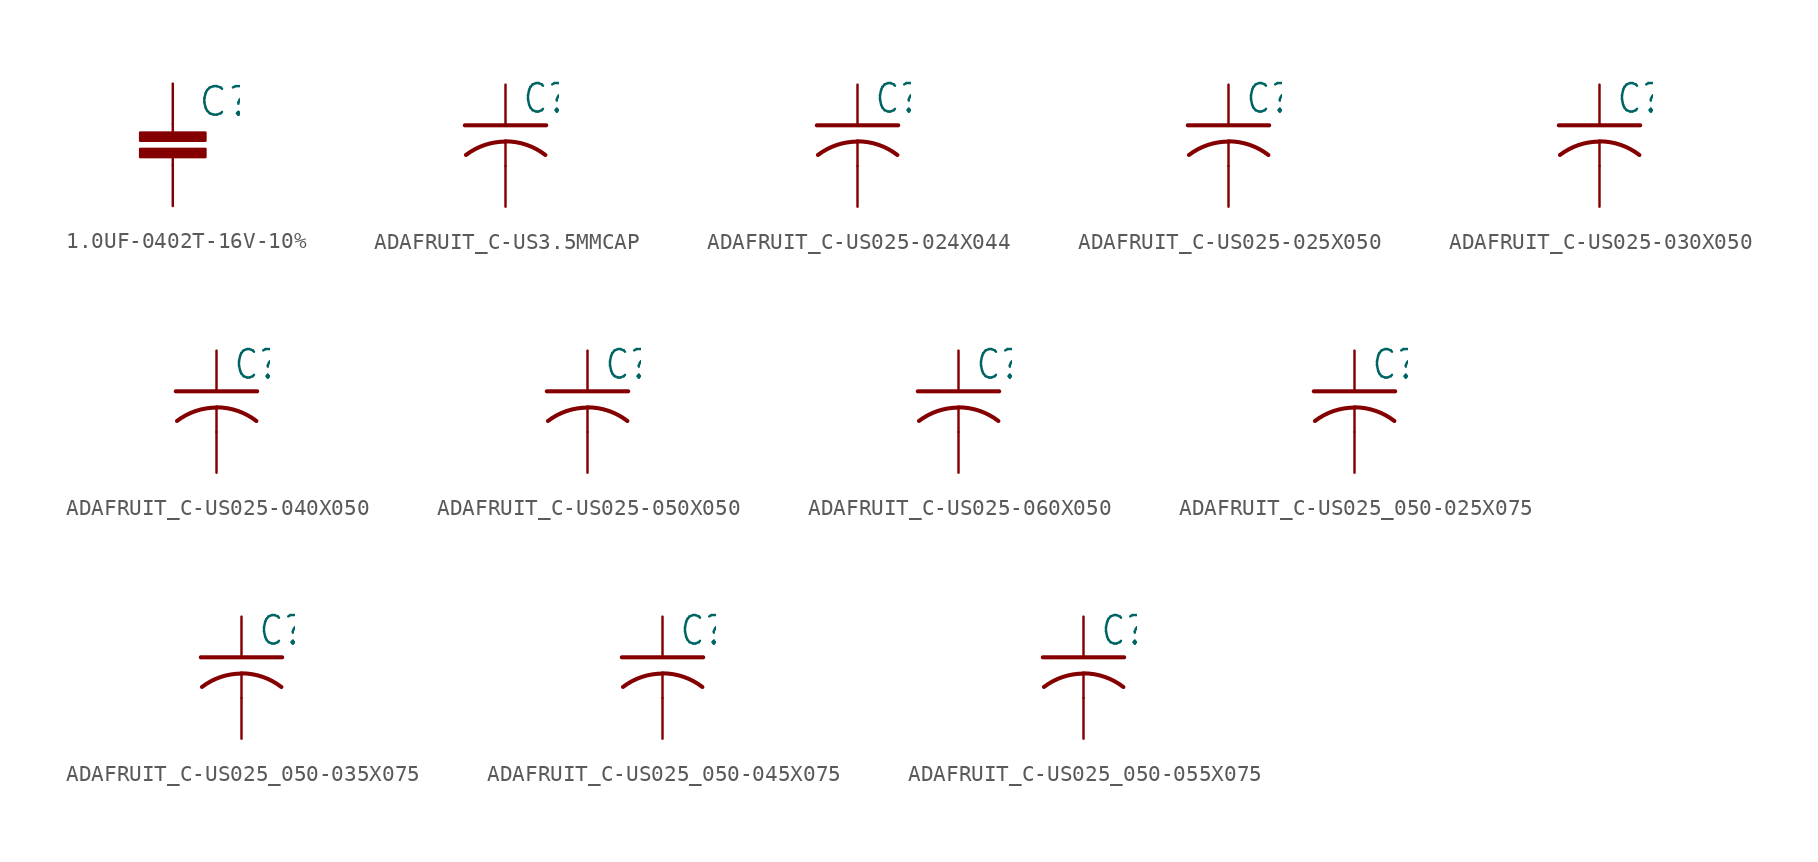
<source format=kicad_sym>
(kicad_symbol_lib
  (version 20231120)
  (generator "kicad_symbol_editor")
  (generator_version "8.0")
  (symbol "1.0UF-0402T-16V-10%"
    (property "Reference" "C"
      (at 1.524 2.921 0)
      (effects (font (size 1.778 1.778)) (justify left bottom)))
    (property "Value" ""
      (at 1.524 -2.159 0)
      (effects (font (size 1.778 1.778)) (justify left bottom)))
    (property "ki_locked" ""
      (at 0 0 0)
      (effects (font (size 1.27 1.27))))
    (symbol "1.0UF-0402T-16V-10%_1_0"
      (rectangle (start -2.032 0.508) (end 2.032 1.016) (stroke (width 0) (type default)) (fill (type outline)))
      (rectangle (start -2.032 1.524) (end 2.032 2.032) (stroke (width 0) (type default)) (fill (type outline)))
      (polyline (pts (xy 0 0) (xy 0 0.508)) (stroke (width 0.152) (type solid)) (fill (type none)))
      (polyline (pts (xy 0 2.54) (xy 0 2.032)) (stroke (width 0.152) (type solid)) (fill (type none)))
      (pin passive line (at 0 5.08 270) (length 2.54) (name "1" (effects (font (size 0 0)))) (number "1" (effects (font (size 0 0)))))
      (pin passive line (at 0 -2.54 90) (length 2.54) (name "2" (effects (font (size 0 0)))) (number "2" (effects (font (size 0 0)))))))
  (symbol "ADAFRUIT_C-US3.5MMCAP"
    (property "Reference" "C"
      (at 1.016 0.635 0)
      (effects (font (size 1.778 1.511)) (justify left bottom)))
    (property "Value" ""
      (at 1.016 -4.191 0)
      (effects (font (size 1.778 1.511)) (justify left bottom)))
    (property "ki_locked" ""
      (at 0 0 0)
      (effects (font (size 1.27 1.27))))
    (symbol "ADAFRUIT_C-US3.5MMCAP_1_0"
      (arc (start 0 -1.0161) (mid -1.302 -1.2303) (end -2.4668 -1.8504) (stroke (width 0.254) (type solid)) (fill (type none)))
      (polyline (pts (xy -2.54 0) (xy 2.54 0)) (stroke (width 0.254) (type solid)) (fill (type none)))
      (polyline (pts (xy 0 -1.016) (xy 0 -2.54)) (stroke (width 0.152) (type solid)) (fill (type none)))
      (polyline (pts (xy 0 -1.016) (xy 0 -1.016)) (stroke (width 0.152) (type solid)) (fill (type none)))
      (arc (start 2.4892 -1.8541) (mid 1.3158 -1.2194) (end 0 -1) (stroke (width 0.254) (type solid)) (fill (type none)))
      (pin passive line (at 0 2.54 270) (length 2.54) (name "1" (effects (font (size 0 0)))) (number "1" (effects (font (size 0 0)))))
      (pin passive line (at 0 -5.08 90) (length 2.54) (name "2" (effects (font (size 0 0)))) (number "2" (effects (font (size 0 0)))))))
  (symbol "ADAFRUIT_C-US025-024X044"
    (property "Reference" "C"
      (at 1.016 0.635 0)
      (effects (font (size 1.778 1.511)) (justify left bottom)))
    (property "Value" ""
      (at 1.016 -4.191 0)
      (effects (font (size 1.778 1.511)) (justify left bottom)))
    (property "ki_locked" ""
      (at 0 0 0)
      (effects (font (size 1.27 1.27))))
    (symbol "ADAFRUIT_C-US025-024X044_1_0"
      (arc (start 0 -1.0161) (mid -1.302 -1.2303) (end -2.4668 -1.8504) (stroke (width 0.254) (type solid)) (fill (type none)))
      (polyline (pts (xy -2.54 0) (xy 2.54 0)) (stroke (width 0.254) (type solid)) (fill (type none)))
      (polyline (pts (xy 0 -1.016) (xy 0 -2.54)) (stroke (width 0.152) (type solid)) (fill (type none)))
      (polyline (pts (xy 0 -1.016) (xy 0 -1.016)) (stroke (width 0.152) (type solid)) (fill (type none)))
      (arc (start 2.4892 -1.8541) (mid 1.3158 -1.2194) (end 0 -1) (stroke (width 0.254) (type solid)) (fill (type none)))
      (pin passive line (at 0 2.54 270) (length 2.54) (name "1" (effects (font (size 0 0)))) (number "1" (effects (font (size 0 0)))))
      (pin passive line (at 0 -5.08 90) (length 2.54) (name "2" (effects (font (size 0 0)))) (number "2" (effects (font (size 0 0)))))))
  (symbol "ADAFRUIT_C-US025-025X050"
    (property "Reference" "C"
      (at 1.016 0.635 0)
      (effects (font (size 1.778 1.511)) (justify left bottom)))
    (property "Value" ""
      (at 1.016 -4.191 0)
      (effects (font (size 1.778 1.511)) (justify left bottom)))
    (property "ki_locked" ""
      (at 0 0 0)
      (effects (font (size 1.27 1.27))))
    (symbol "ADAFRUIT_C-US025-025X050_1_0"
      (arc (start 0 -1.0161) (mid -1.302 -1.2303) (end -2.4668 -1.8504) (stroke (width 0.254) (type solid)) (fill (type none)))
      (polyline (pts (xy -2.54 0) (xy 2.54 0)) (stroke (width 0.254) (type solid)) (fill (type none)))
      (polyline (pts (xy 0 -1.016) (xy 0 -2.54)) (stroke (width 0.152) (type solid)) (fill (type none)))
      (polyline (pts (xy 0 -1.016) (xy 0 -1.016)) (stroke (width 0.152) (type solid)) (fill (type none)))
      (arc (start 2.4892 -1.8541) (mid 1.3158 -1.2194) (end 0 -1) (stroke (width 0.254) (type solid)) (fill (type none)))
      (pin passive line (at 0 2.54 270) (length 2.54) (name "1" (effects (font (size 0 0)))) (number "1" (effects (font (size 0 0)))))
      (pin passive line (at 0 -5.08 90) (length 2.54) (name "2" (effects (font (size 0 0)))) (number "2" (effects (font (size 0 0)))))))
  (symbol "ADAFRUIT_C-US025-030X050"
    (property "Reference" "C"
      (at 1.016 0.635 0)
      (effects (font (size 1.778 1.511)) (justify left bottom)))
    (property "Value" ""
      (at 1.016 -4.191 0)
      (effects (font (size 1.778 1.511)) (justify left bottom)))
    (property "ki_locked" ""
      (at 0 0 0)
      (effects (font (size 1.27 1.27))))
    (symbol "ADAFRUIT_C-US025-030X050_1_0"
      (arc (start 0 -1.0161) (mid -1.302 -1.2303) (end -2.4668 -1.8504) (stroke (width 0.254) (type solid)) (fill (type none)))
      (polyline (pts (xy -2.54 0) (xy 2.54 0)) (stroke (width 0.254) (type solid)) (fill (type none)))
      (polyline (pts (xy 0 -1.016) (xy 0 -2.54)) (stroke (width 0.152) (type solid)) (fill (type none)))
      (polyline (pts (xy 0 -1.016) (xy 0 -1.016)) (stroke (width 0.152) (type solid)) (fill (type none)))
      (arc (start 2.4892 -1.8541) (mid 1.3158 -1.2194) (end 0 -1) (stroke (width 0.254) (type solid)) (fill (type none)))
      (pin passive line (at 0 2.54 270) (length 2.54) (name "1" (effects (font (size 0 0)))) (number "1" (effects (font (size 0 0)))))
      (pin passive line (at 0 -5.08 90) (length 2.54) (name "2" (effects (font (size 0 0)))) (number "2" (effects (font (size 0 0)))))))
  (symbol "ADAFRUIT_C-US025-040X050"
    (property "Reference" "C"
      (at 1.016 0.635 0)
      (effects (font (size 1.778 1.511)) (justify left bottom)))
    (property "Value" ""
      (at 1.016 -4.191 0)
      (effects (font (size 1.778 1.511)) (justify left bottom)))
    (property "ki_locked" ""
      (at 0 0 0)
      (effects (font (size 1.27 1.27))))
    (symbol "ADAFRUIT_C-US025-040X050_1_0"
      (arc (start 0 -1.0161) (mid -1.302 -1.2303) (end -2.4668 -1.8504) (stroke (width 0.254) (type solid)) (fill (type none)))
      (polyline (pts (xy -2.54 0) (xy 2.54 0)) (stroke (width 0.254) (type solid)) (fill (type none)))
      (polyline (pts (xy 0 -1.016) (xy 0 -2.54)) (stroke (width 0.152) (type solid)) (fill (type none)))
      (polyline (pts (xy 0 -1.016) (xy 0 -1.016)) (stroke (width 0.152) (type solid)) (fill (type none)))
      (arc (start 2.4892 -1.8541) (mid 1.3158 -1.2194) (end 0 -1) (stroke (width 0.254) (type solid)) (fill (type none)))
      (pin passive line (at 0 2.54 270) (length 2.54) (name "1" (effects (font (size 0 0)))) (number "1" (effects (font (size 0 0)))))
      (pin passive line (at 0 -5.08 90) (length 2.54) (name "2" (effects (font (size 0 0)))) (number "2" (effects (font (size 0 0)))))))
  (symbol "ADAFRUIT_C-US025-050X050"
    (property "Reference" "C"
      (at 1.016 0.635 0)
      (effects (font (size 1.778 1.511)) (justify left bottom)))
    (property "Value" ""
      (at 1.016 -4.191 0)
      (effects (font (size 1.778 1.511)) (justify left bottom)))
    (property "ki_locked" ""
      (at 0 0 0)
      (effects (font (size 1.27 1.27))))
    (symbol "ADAFRUIT_C-US025-050X050_1_0"
      (arc (start 0 -1.0161) (mid -1.302 -1.2303) (end -2.4668 -1.8504) (stroke (width 0.254) (type solid)) (fill (type none)))
      (polyline (pts (xy -2.54 0) (xy 2.54 0)) (stroke (width 0.254) (type solid)) (fill (type none)))
      (polyline (pts (xy 0 -1.016) (xy 0 -2.54)) (stroke (width 0.152) (type solid)) (fill (type none)))
      (polyline (pts (xy 0 -1.016) (xy 0 -1.016)) (stroke (width 0.152) (type solid)) (fill (type none)))
      (arc (start 2.4892 -1.8541) (mid 1.3158 -1.2194) (end 0 -1) (stroke (width 0.254) (type solid)) (fill (type none)))
      (pin passive line (at 0 2.54 270) (length 2.54) (name "1" (effects (font (size 0 0)))) (number "1" (effects (font (size 0 0)))))
      (pin passive line (at 0 -5.08 90) (length 2.54) (name "2" (effects (font (size 0 0)))) (number "2" (effects (font (size 0 0)))))))
  (symbol "ADAFRUIT_C-US025-060X050"
    (property "Reference" "C"
      (at 1.016 0.635 0)
      (effects (font (size 1.778 1.511)) (justify left bottom)))
    (property "Value" ""
      (at 1.016 -4.191 0)
      (effects (font (size 1.778 1.511)) (justify left bottom)))
    (property "ki_locked" ""
      (at 0 0 0)
      (effects (font (size 1.27 1.27))))
    (symbol "ADAFRUIT_C-US025-060X050_1_0"
      (arc (start 0 -1.0161) (mid -1.302 -1.2303) (end -2.4668 -1.8504) (stroke (width 0.254) (type solid)) (fill (type none)))
      (polyline (pts (xy -2.54 0) (xy 2.54 0)) (stroke (width 0.254) (type solid)) (fill (type none)))
      (polyline (pts (xy 0 -1.016) (xy 0 -2.54)) (stroke (width 0.152) (type solid)) (fill (type none)))
      (polyline (pts (xy 0 -1.016) (xy 0 -1.016)) (stroke (width 0.152) (type solid)) (fill (type none)))
      (arc (start 2.4892 -1.8541) (mid 1.3158 -1.2194) (end 0 -1) (stroke (width 0.254) (type solid)) (fill (type none)))
      (pin passive line (at 0 2.54 270) (length 2.54) (name "1" (effects (font (size 0 0)))) (number "1" (effects (font (size 0 0)))))
      (pin passive line (at 0 -5.08 90) (length 2.54) (name "2" (effects (font (size 0 0)))) (number "2" (effects (font (size 0 0)))))))
  (symbol "ADAFRUIT_C-US025_050-025X075"
    (property "Reference" "C"
      (at 1.016 0.635 0)
      (effects (font (size 1.778 1.511)) (justify left bottom)))
    (property "Value" ""
      (at 1.016 -4.191 0)
      (effects (font (size 1.778 1.511)) (justify left bottom)))
    (property "ki_locked" ""
      (at 0 0 0)
      (effects (font (size 1.27 1.27))))
    (symbol "ADAFRUIT_C-US025_050-025X075_1_0"
      (arc (start 0 -1.0161) (mid -1.302 -1.2303) (end -2.4668 -1.8504) (stroke (width 0.254) (type solid)) (fill (type none)))
      (polyline (pts (xy -2.54 0) (xy 2.54 0)) (stroke (width 0.254) (type solid)) (fill (type none)))
      (polyline (pts (xy 0 -1.016) (xy 0 -2.54)) (stroke (width 0.152) (type solid)) (fill (type none)))
      (polyline (pts (xy 0 -1.016) (xy 0 -1.016)) (stroke (width 0.152) (type solid)) (fill (type none)))
      (arc (start 2.4892 -1.8541) (mid 1.3158 -1.2194) (end 0 -1) (stroke (width 0.254) (type solid)) (fill (type none)))
      (pin passive line (at 0 2.54 270) (length 2.54) (name "1" (effects (font (size 0 0)))) (number "1" (effects (font (size 0 0)))))
      (pin passive line (at 0 -5.08 90) (length 2.54) (name "2" (effects (font (size 0 0)))) (number "2" (effects (font (size 0 0)))))))
  (symbol "ADAFRUIT_C-US025_050-035X075"
    (property "Reference" "C"
      (at 1.016 0.635 0)
      (effects (font (size 1.778 1.511)) (justify left bottom)))
    (property "Value" ""
      (at 1.016 -4.191 0)
      (effects (font (size 1.778 1.511)) (justify left bottom)))
    (property "ki_locked" ""
      (at 0 0 0)
      (effects (font (size 1.27 1.27))))
    (symbol "ADAFRUIT_C-US025_050-035X075_1_0"
      (arc (start 0 -1.0161) (mid -1.302 -1.2303) (end -2.4668 -1.8504) (stroke (width 0.254) (type solid)) (fill (type none)))
      (polyline (pts (xy -2.54 0) (xy 2.54 0)) (stroke (width 0.254) (type solid)) (fill (type none)))
      (polyline (pts (xy 0 -1.016) (xy 0 -2.54)) (stroke (width 0.152) (type solid)) (fill (type none)))
      (polyline (pts (xy 0 -1.016) (xy 0 -1.016)) (stroke (width 0.152) (type solid)) (fill (type none)))
      (arc (start 2.4892 -1.8541) (mid 1.3158 -1.2194) (end 0 -1) (stroke (width 0.254) (type solid)) (fill (type none)))
      (pin passive line (at 0 2.54 270) (length 2.54) (name "1" (effects (font (size 0 0)))) (number "1" (effects (font (size 0 0)))))
      (pin passive line (at 0 -5.08 90) (length 2.54) (name "2" (effects (font (size 0 0)))) (number "2" (effects (font (size 0 0)))))))
  (symbol "ADAFRUIT_C-US025_050-045X075"
    (property "Reference" "C"
      (at 1.016 0.635 0)
      (effects (font (size 1.778 1.511)) (justify left bottom)))
    (property "Value" ""
      (at 1.016 -4.191 0)
      (effects (font (size 1.778 1.511)) (justify left bottom)))
    (property "ki_locked" ""
      (at 0 0 0)
      (effects (font (size 1.27 1.27))))
    (symbol "ADAFRUIT_C-US025_050-045X075_1_0"
      (arc (start 0 -1.0161) (mid -1.302 -1.2303) (end -2.4668 -1.8504) (stroke (width 0.254) (type solid)) (fill (type none)))
      (polyline (pts (xy -2.54 0) (xy 2.54 0)) (stroke (width 0.254) (type solid)) (fill (type none)))
      (polyline (pts (xy 0 -1.016) (xy 0 -2.54)) (stroke (width 0.152) (type solid)) (fill (type none)))
      (polyline (pts (xy 0 -1.016) (xy 0 -1.016)) (stroke (width 0.152) (type solid)) (fill (type none)))
      (arc (start 2.4892 -1.8541) (mid 1.3158 -1.2194) (end 0 -1) (stroke (width 0.254) (type solid)) (fill (type none)))
      (pin passive line (at 0 2.54 270) (length 2.54) (name "1" (effects (font (size 0 0)))) (number "1" (effects (font (size 0 0)))))
      (pin passive line (at 0 -5.08 90) (length 2.54) (name "2" (effects (font (size 0 0)))) (number "2" (effects (font (size 0 0)))))))
  (symbol "ADAFRUIT_C-US025_050-055X075"
    (property "Reference" "C"
      (at 1.016 0.635 0)
      (effects (font (size 1.778 1.511)) (justify left bottom)))
    (property "Value" ""
      (at 1.016 -4.191 0)
      (effects (font (size 1.778 1.511)) (justify left bottom)))
    (property "ki_locked" ""
      (at 0 0 0)
      (effects (font (size 1.27 1.27))))
    (symbol "ADAFRUIT_C-US025_050-055X075_1_0"
      (arc (start 0 -1.0161) (mid -1.302 -1.2303) (end -2.4668 -1.8504) (stroke (width 0.254) (type solid)) (fill (type none)))
      (polyline (pts (xy -2.54 0) (xy 2.54 0)) (stroke (width 0.254) (type solid)) (fill (type none)))
      (polyline (pts (xy 0 -1.016) (xy 0 -2.54)) (stroke (width 0.152) (type solid)) (fill (type none)))
      (polyline (pts (xy 0 -1.016) (xy 0 -1.016)) (stroke (width 0.152) (type solid)) (fill (type none)))
      (arc (start 2.4892 -1.8541) (mid 1.3158 -1.2194) (end 0 -1) (stroke (width 0.254) (type solid)) (fill (type none)))
      (pin passive line (at 0 2.54 270) (length 2.54) (name "1" (effects (font (size 0 0)))) (number "1" (effects (font (size 0 0)))))
      (pin passive line (at 0 -5.08 90) (length 2.54) (name "2" (effects (font (size 0 0)))) (number "2" (effects (font (size 0 0))))))))
</source>
